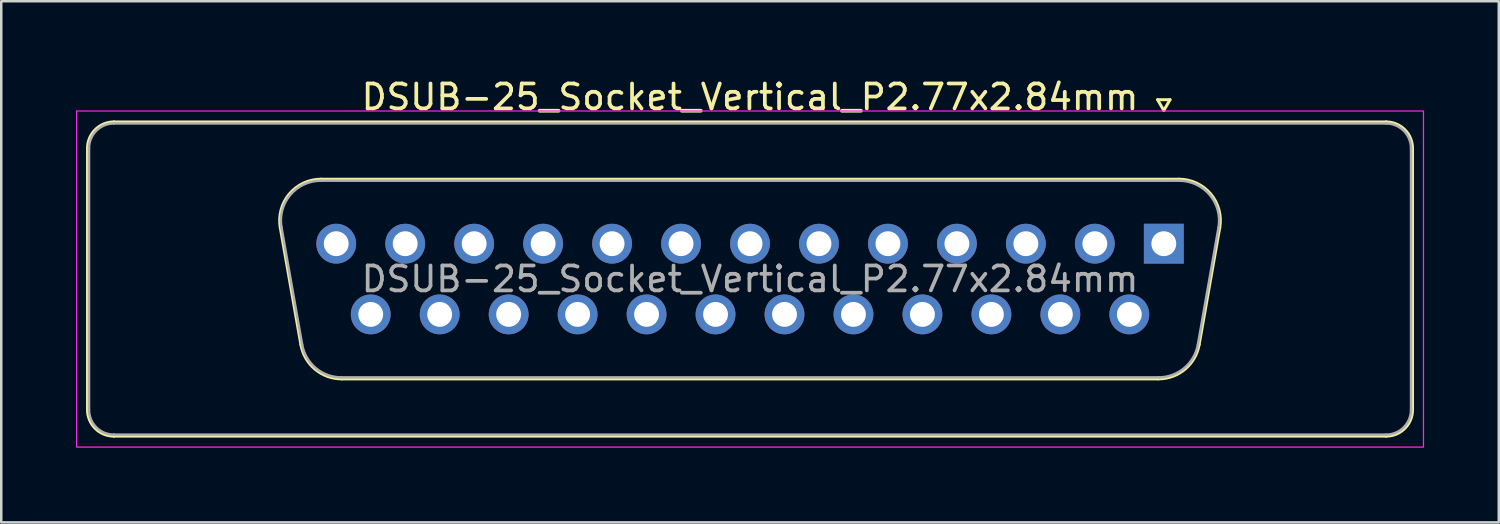
<source format=kicad_pcb>
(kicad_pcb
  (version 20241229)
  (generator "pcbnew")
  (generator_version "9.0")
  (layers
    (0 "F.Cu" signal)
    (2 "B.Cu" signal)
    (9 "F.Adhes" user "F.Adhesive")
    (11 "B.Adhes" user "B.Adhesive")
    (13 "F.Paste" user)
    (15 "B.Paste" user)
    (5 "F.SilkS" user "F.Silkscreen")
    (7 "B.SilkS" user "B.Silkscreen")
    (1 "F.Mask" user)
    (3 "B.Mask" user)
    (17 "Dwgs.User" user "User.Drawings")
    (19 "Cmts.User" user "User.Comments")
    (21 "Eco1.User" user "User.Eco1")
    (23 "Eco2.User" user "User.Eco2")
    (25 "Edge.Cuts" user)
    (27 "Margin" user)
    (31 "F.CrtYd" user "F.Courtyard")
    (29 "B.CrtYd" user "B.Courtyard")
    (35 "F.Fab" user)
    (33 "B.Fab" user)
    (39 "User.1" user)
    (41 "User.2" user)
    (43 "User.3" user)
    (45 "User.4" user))
  (footprint "DSUB-25_Socket_Vertical_P2.77x2.84mm"
    (layer "F.Cu")
    (at 43.695 6.738)
    (property "Reference" "DSUB-25_Socket_Vertical_P2.77x2.84mm" (at -16.62 -5.89 0) (layer "F.SilkS") (effects (font (size 1 1) (thickness 0.15))))
    (attr through_hole)
    (fp_line (start -43.23 6.67) (end -43.23 -3.83) (stroke (width 0.12) (type solid)) (layer "F.SilkS"))
    (fp_line (start -42.17 -4.89) (end 8.93 -4.89) (stroke (width 0.12) (type solid)) (layer "F.SilkS"))
    (fp_line (start -34.658 4.058) (end -35.486 -0.642) (stroke (width 0.12) (type solid)) (layer "F.SilkS"))
    (fp_line (start -33.852 -2.59) (end 0.612 -2.59) (stroke (width 0.12) (type solid)) (layer "F.SilkS"))
    (fp_line (start -0.25 -5.784) (end 0.25 -5.784) (stroke (width 0.12) (type solid)) (layer "F.SilkS"))
    (fp_line (start -0.217 5.43) (end -33.023 5.43) (stroke (width 0.12) (type solid)) (layer "F.SilkS"))
    (fp_line (start 0 -5.351) (end -0.25 -5.784) (stroke (width 0.12) (type solid)) (layer "F.SilkS"))
    (fp_line (start 0.25 -5.784) (end 0 -5.351) (stroke (width 0.12) (type solid)) (layer "F.SilkS"))
    (fp_line (start 2.246 -0.642) (end 1.418 4.058) (stroke (width 0.12) (type solid)) (layer "F.SilkS"))
    (fp_line (start 8.93 7.73) (end -42.17 7.73) (stroke (width 0.12) (type solid)) (layer "F.SilkS"))
    (fp_line (start 9.99 -3.83) (end 9.99 6.67) (stroke (width 0.12) (type solid)) (layer "F.SilkS"))
    (fp_arc (start -43.23 -3.83) (mid -42.919533 -4.579533) (end -42.17 -4.89) (stroke (width 0.12) (type solid)) (layer "F.SilkS"))
    (fp_arc (start -42.17 7.73) (mid -42.919533 7.419533) (end -43.23 6.67) (stroke (width 0.12) (type solid)) (layer "F.SilkS"))
    (fp_arc (start -35.48647 -0.641744) (mid -35.123323 -1.997027) (end -33.851689 -2.59) (stroke (width 0.12) (type solid)) (layer "F.SilkS"))
    (fp_arc (start -33.022952 5.43) (mid -34.08998 5.041634) (end -34.657733 4.058256) (stroke (width 0.12) (type solid)) (layer "F.SilkS"))
    (fp_arc (start 0.611689 -2.59) (mid 1.883323 -1.997027) (end 2.24647 -0.641744) (stroke (width 0.12) (type solid)) (layer "F.SilkS"))
    (fp_arc (start 1.417733 4.058256) (mid 0.84998 5.041634) (end -0.217048 5.43) (stroke (width 0.12) (type solid)) (layer "F.SilkS"))
    (fp_arc (start 8.93 -4.89) (mid 9.679533 -4.579533) (end 9.99 -3.83) (stroke (width 0.12) (type solid)) (layer "F.SilkS"))
    (fp_arc (start 9.99 6.67) (mid 9.679533 7.419533) (end 8.93 7.73) (stroke (width 0.12) (type solid)) (layer "F.SilkS"))
    (fp_rect (start -43.67 -5.33) (end 10.43 8.17) (stroke (width 0.05) (type solid)) (fill no) (layer "F.CrtYd"))
    (fp_line (start -43.17 6.67) (end -43.17 -3.83) (stroke (width 0.1) (type solid)) (layer "F.Fab"))
    (fp_line (start -42.17 -4.83) (end 8.93 -4.83) (stroke (width 0.1) (type solid)) (layer "F.Fab"))
    (fp_line (start -34.61 4.048) (end -35.439 -0.652) (stroke (width 0.1) (type solid)) (layer "F.Fab"))
    (fp_line (start -33.863 -2.53) (end 0.623 -2.53) (stroke (width 0.1) (type solid)) (layer "F.Fab"))
    (fp_line (start -0.206 5.37) (end -33.034 5.37) (stroke (width 0.1) (type solid)) (layer "F.Fab"))
    (fp_line (start 2.199 -0.652) (end 1.37 4.048) (stroke (width 0.1) (type solid)) (layer "F.Fab"))
    (fp_line (start 8.93 7.67) (end -42.17 7.67) (stroke (width 0.1) (type solid)) (layer "F.Fab"))
    (fp_line (start 9.93 -3.83) (end 9.93 6.67) (stroke (width 0.1) (type solid)) (layer "F.Fab"))
    (fp_arc (start -43.17 -3.83) (mid -42.877107 -4.537107) (end -42.17 -4.83) (stroke (width 0.1) (type solid)) (layer "F.Fab"))
    (fp_arc (start -42.17 7.67) (mid -42.877107 7.377107) (end -43.17 6.67) (stroke (width 0.1) (type solid)) (layer "F.Fab"))
    (fp_arc (start -35.438887 -0.652163) (mid -35.088865 -1.95846) (end -33.863194 -2.53) (stroke (width 0.1) (type solid)) (layer "F.Fab"))
    (fp_arc (start -33.034457 5.37) (mid -34.062918 4.995671) (end -34.61015 4.047837) (stroke (width 0.1) (type solid)) (layer "F.Fab"))
    (fp_arc (start 0.623194 -2.53) (mid 1.848865 -1.95846) (end 2.198887 -0.652163) (stroke (width 0.1) (type solid)) (layer "F.Fab"))
    (fp_arc (start 1.37015 4.047837) (mid 0.822918 4.995671) (end -0.205543 5.37) (stroke (width 0.1) (type solid)) (layer "F.Fab"))
    (fp_arc (start 8.93 -4.83) (mid 9.637107 -4.537107) (end 9.93 -3.83) (stroke (width 0.1) (type solid)) (layer "F.Fab"))
    (fp_arc (start 9.93 6.67) (mid 9.637107 7.377107) (end 8.93 7.67) (stroke (width 0.1) (type solid)) (layer "F.Fab"))
    (fp_text user "${REFERENCE}" (at -16.62 1.42 0) (layer "F.Fab") (effects (font (size 1 1) (thickness 0.15))))
    (pad "1" thru_hole rect (at 0 0) (size 1.6 1.6) (drill 1) (layers "*.Cu" "*.Mask"))
    (pad "2" thru_hole circle (at -2.77 0) (size 1.6 1.6) (drill 1) (layers "*.Cu" "*.Mask"))
    (pad "3" thru_hole circle (at -5.54 0) (size 1.6 1.6) (drill 1) (layers "*.Cu" "*.Mask"))
    (pad "4" thru_hole circle (at -8.31 0) (size 1.6 1.6) (drill 1) (layers "*.Cu" "*.Mask"))
    (pad "5" thru_hole circle (at -11.08 0) (size 1.6 1.6) (drill 1) (layers "*.Cu" "*.Mask"))
    (pad "6" thru_hole circle (at -13.85 0) (size 1.6 1.6) (drill 1) (layers "*.Cu" "*.Mask"))
    (pad "7" thru_hole circle (at -16.62 0) (size 1.6 1.6) (drill 1) (layers "*.Cu" "*.Mask"))
    (pad "8" thru_hole circle (at -19.39 0) (size 1.6 1.6) (drill 1) (layers "*.Cu" "*.Mask"))
    (pad "9" thru_hole circle (at -22.16 0) (size 1.6 1.6) (drill 1) (layers "*.Cu" "*.Mask"))
    (pad "10" thru_hole circle (at -24.93 0) (size 1.6 1.6) (drill 1) (layers "*.Cu" "*.Mask"))
    (pad "11" thru_hole circle (at -27.7 0) (size 1.6 1.6) (drill 1) (layers "*.Cu" "*.Mask"))
    (pad "12" thru_hole circle (at -30.47 0) (size 1.6 1.6) (drill 1) (layers "*.Cu" "*.Mask"))
    (pad "13" thru_hole circle (at -33.24 0) (size 1.6 1.6) (drill 1) (layers "*.Cu" "*.Mask"))
    (pad "14" thru_hole circle (at -1.385 2.84) (size 1.6 1.6) (drill 1) (layers "*.Cu" "*.Mask"))
    (pad "15" thru_hole circle (at -4.155 2.84) (size 1.6 1.6) (drill 1) (layers "*.Cu" "*.Mask"))
    (pad "16" thru_hole circle (at -6.925 2.84) (size 1.6 1.6) (drill 1) (layers "*.Cu" "*.Mask"))
    (pad "17" thru_hole circle (at -9.695 2.84) (size 1.6 1.6) (drill 1) (layers "*.Cu" "*.Mask"))
    (pad "18" thru_hole circle (at -12.465 2.84) (size 1.6 1.6) (drill 1) (layers "*.Cu" "*.Mask"))
    (pad "19" thru_hole circle (at -15.235 2.84) (size 1.6 1.6) (drill 1) (layers "*.Cu" "*.Mask"))
    (pad "20" thru_hole circle (at -18.005 2.84) (size 1.6 1.6) (drill 1) (layers "*.Cu" "*.Mask"))
    (pad "21" thru_hole circle (at -20.775 2.84) (size 1.6 1.6) (drill 1) (layers "*.Cu" "*.Mask"))
    (pad "22" thru_hole circle (at -23.545 2.84) (size 1.6 1.6) (drill 1) (layers "*.Cu" "*.Mask"))
    (pad "23" thru_hole circle (at -26.315 2.84) (size 1.6 1.6) (drill 1) (layers "*.Cu" "*.Mask"))
    (pad "24" thru_hole circle (at -29.085 2.84) (size 1.6 1.6) (drill 1) (layers "*.Cu" "*.Mask"))
    (pad "25" thru_hole circle (at -31.855 2.84) (size 1.6 1.6) (drill 1) (layers "*.Cu" "*.Mask")))
  (gr_rect
    (start -3 -3)
    (end 57.15 17.933)
    (stroke (width 0.1) (type default))
    (fill no)
    (layer "Edge.Cuts")))
</source>
